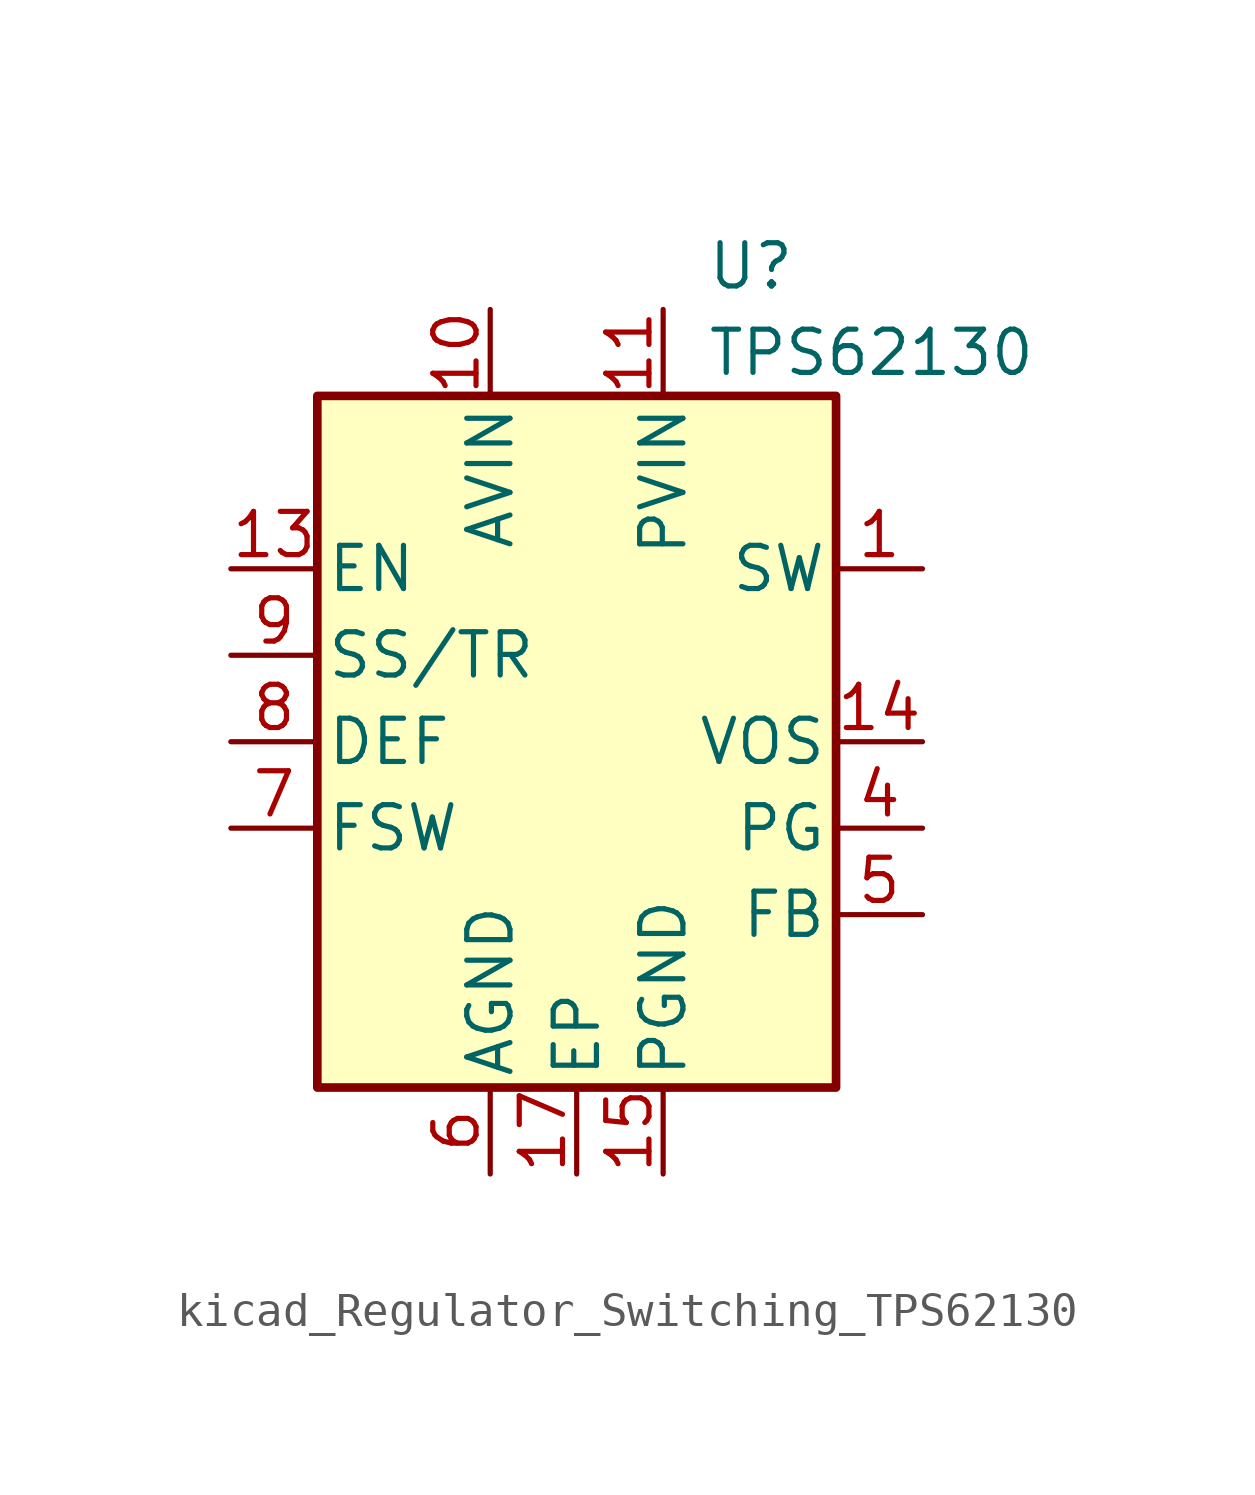
<source format=kicad_sym>
(kicad_symbol_lib
  (version 20220914)
  (generator kicad_symbol_editor)
  (symbol "kicad_Regulator_Switching_TPS62130"
    (pin_names
      (offset 0.254))
    (property "Reference" "U"
      (at 3.81 13.97 0)
      (effects (font (size 1.27 1.27)) (justify left)))
    (property "Value" "TPS62130"
      (at 3.81 11.43 0)
      (effects (font (size 1.27 1.27)) (justify left)))
    (symbol "kicad_Regulator_Switching_TPS62130_0_1"
      (rectangle (start -7.62 10.16) (end 7.62 -10.16) (stroke (width 0.254) (type default)) (fill (type background))))
    (symbol "kicad_Regulator_Switching_TPS62130_1_1"
      (pin output line (at 10.16 5.08 180) (length 2.54) (name "SW" (effects (font (size 1.27 1.27)))) (number "1" (effects (font (size 1.27 1.27)))))
      (pin power_in line (at -2.54 12.7 270) (length 2.54) (name "AVIN" (effects (font (size 1.27 1.27)))) (number "10" (effects (font (size 1.27 1.27)))))
      (pin power_in line (at 2.54 12.7 270) (length 2.54) (name "PVIN" (effects (font (size 1.27 1.27)))) (number "11" (effects (font (size 1.27 1.27)))))
      (pin passive line (at 2.54 12.7 270) (length 2.54) hide (name "PVIN" (effects (font (size 1.27 1.27)))) (number "12" (effects (font (size 1.27 1.27)))))
      (pin input line (at -10.16 5.08 0) (length 2.54) (name "EN" (effects (font (size 1.27 1.27)))) (number "13" (effects (font (size 1.27 1.27)))))
      (pin input line (at 10.16 0 180) (length 2.54) (name "VOS" (effects (font (size 1.27 1.27)))) (number "14" (effects (font (size 1.27 1.27)))))
      (pin power_in line (at 2.54 -12.7 90) (length 2.54) (name "PGND" (effects (font (size 1.27 1.27)))) (number "15" (effects (font (size 1.27 1.27)))))
      (pin passive line (at 2.54 -12.7 90) (length 2.54) hide (name "PGND" (effects (font (size 1.27 1.27)))) (number "16" (effects (font (size 1.27 1.27)))))
      (pin power_in line (at 0 -12.7 90) (length 2.54) (name "EP" (effects (font (size 1.27 1.27)))) (number "17" (effects (font (size 1.27 1.27)))))
      (pin passive line (at 10.16 5.08 180) (length 2.54) hide (name "SW" (effects (font (size 1.27 1.27)))) (number "2" (effects (font (size 1.27 1.27)))))
      (pin passive line (at 10.16 5.08 180) (length 2.54) hide (name "SW" (effects (font (size 1.27 1.27)))) (number "3" (effects (font (size 1.27 1.27)))))
      (pin open_collector line (at 10.16 -2.54 180) (length 2.54) (name "PG" (effects (font (size 1.27 1.27)))) (number "4" (effects (font (size 1.27 1.27)))))
      (pin input line (at 10.16 -5.08 180) (length 2.54) (name "FB" (effects (font (size 1.27 1.27)))) (number "5" (effects (font (size 1.27 1.27)))))
      (pin power_in line (at -2.54 -12.7 90) (length 2.54) (name "AGND" (effects (font (size 1.27 1.27)))) (number "6" (effects (font (size 1.27 1.27)))))
      (pin input line (at -10.16 -2.54 0) (length 2.54) (name "FSW" (effects (font (size 1.27 1.27)))) (number "7" (effects (font (size 1.27 1.27)))))
      (pin input line (at -10.16 0 0) (length 2.54) (name "DEF" (effects (font (size 1.27 1.27)))) (number "8" (effects (font (size 1.27 1.27)))))
      (pin input line (at -10.16 2.54 0) (length 2.54) (name "SS/TR" (effects (font (size 1.27 1.27)))) (number "9" (effects (font (size 1.27 1.27))))))))
</source>
